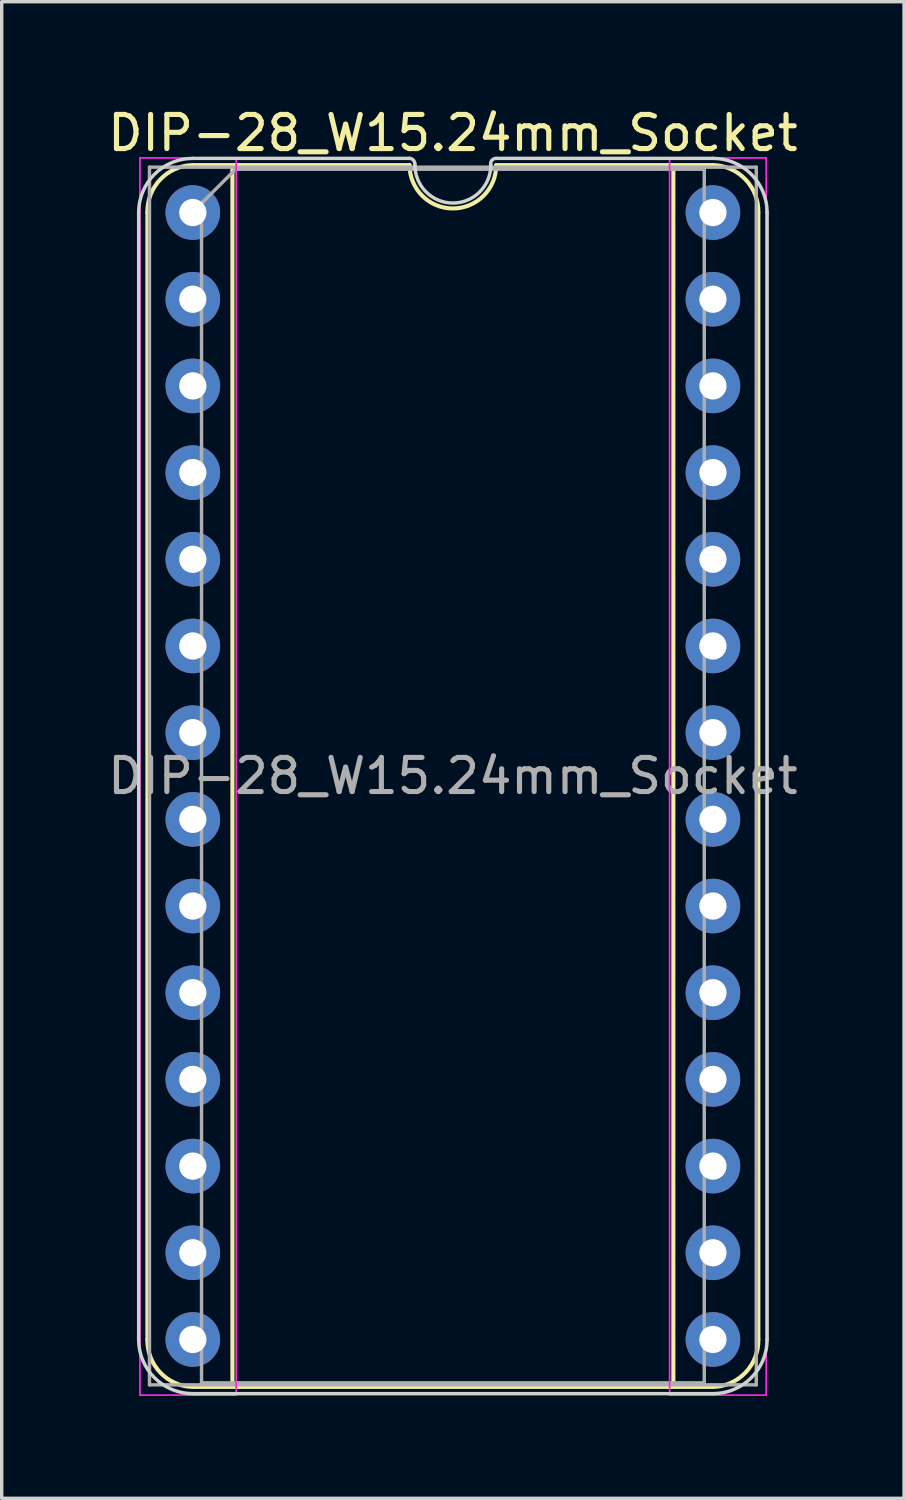
<source format=kicad_pcb>
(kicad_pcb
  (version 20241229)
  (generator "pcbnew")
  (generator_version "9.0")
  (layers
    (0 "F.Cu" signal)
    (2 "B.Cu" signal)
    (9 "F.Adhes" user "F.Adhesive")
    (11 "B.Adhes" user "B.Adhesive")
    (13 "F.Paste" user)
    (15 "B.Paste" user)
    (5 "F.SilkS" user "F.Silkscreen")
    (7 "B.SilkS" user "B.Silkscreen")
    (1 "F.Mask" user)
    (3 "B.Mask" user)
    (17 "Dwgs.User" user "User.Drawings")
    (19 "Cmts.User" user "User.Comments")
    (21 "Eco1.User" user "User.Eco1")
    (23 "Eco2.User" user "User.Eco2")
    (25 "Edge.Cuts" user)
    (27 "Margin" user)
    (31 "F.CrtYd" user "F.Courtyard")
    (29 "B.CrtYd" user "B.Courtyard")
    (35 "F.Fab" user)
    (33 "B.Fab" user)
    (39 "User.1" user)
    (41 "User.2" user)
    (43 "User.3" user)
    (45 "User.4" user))
  (footprint "DIP-28_W15.24mm_Socket"
    (layer "F.Cu")
    (at 2.6 3.178)
    (property "Reference" "DIP-28_W15.24mm_Socket" (at 7.62 -2.33 0) (layer "F.SilkS") (effects (font (size 1 1) (thickness 0.15))))
    (attr through_hole)
    (fp_line (start -1.33 0) (end -1.33 33.02) (stroke (width 0.12) (type solid)) (layer "F.SilkS"))
    (fp_line (start 0 34.41) (end 15.24 34.41) (stroke (width 0.12) (type solid)) (layer "F.SilkS"))
    (fp_line (start 1.16 -1.33) (end 1.16 34.35) (stroke (width 0.12) (type solid)) (layer "F.SilkS"))
    (fp_line (start 1.16 34.35) (end 14.08 34.35) (stroke (width 0.12) (type solid)) (layer "F.SilkS"))
    (fp_line (start 6.35 -1.39) (end 0 -1.39) (stroke (width 0.12) (type solid)) (layer "F.SilkS"))
    (fp_line (start 6.35 -1.33) (end 1.16 -1.33) (stroke (width 0.12) (type solid)) (layer "F.SilkS"))
    (fp_line (start 8.89 -1.39) (end 15.24 -1.39) (stroke (width 0.12) (type default)) (layer "F.SilkS"))
    (fp_line (start 14.08 -1.33) (end 8.89 -1.33) (stroke (width 0.12) (type solid)) (layer "F.SilkS"))
    (fp_line (start 14.08 34.35) (end 14.08 -1.33) (stroke (width 0.12) (type solid)) (layer "F.SilkS"))
    (fp_line (start 16.57 33.02) (end 16.57 0) (stroke (width 0.12) (type solid)) (layer "F.SilkS"))
    (fp_arc (start -1.33 0) (mid -0.952878 -0.970452) (end 0 -1.39) (stroke (width 0.12) (type default)) (layer "F.SilkS"))
    (fp_arc (start 0 34.41) (mid -0.952879 33.990452) (end -1.33 33.02) (stroke (width 0.12) (type default)) (layer "F.SilkS"))
    (fp_arc (start 8.89 -1.39) (mid 7.62 -0.12) (end 6.35 -1.39) (stroke (width 0.12) (type default)) (layer "F.SilkS"))
    (fp_arc (start 15.24 -1.39) (mid 16.192878 -0.970452) (end 16.57 0) (stroke (width 0.12) (type default)) (layer "F.SilkS"))
    (fp_arc (start 16.57 33.02) (mid 16.192878 33.990452) (end 15.24 34.41) (stroke (width 0.12) (type default)) (layer "F.SilkS"))
    (fp_line (start -1.587 33.02) (end -1.587 0) (stroke (width 0.1) (type default)) (layer "Edge.Cuts"))
    (fp_line (start 6.35 -1.587) (end 0 -1.587) (stroke (width 0.1) (type default)) (layer "Edge.Cuts"))
    (fp_line (start 6.504 -1.429) (end 6.504 -1.39) (stroke (width 0.1) (type default)) (layer "Edge.Cuts"))
    (fp_line (start 8.726 -1.39) (end 8.726 -1.429) (stroke (width 0.1) (type default)) (layer "Edge.Cuts"))
    (fp_line (start 8.89 -1.587) (end 15.24 -1.587) (stroke (width 0.1) (type default)) (layer "Edge.Cuts"))
    (fp_line (start 15.24 34.608) (end 0 34.608) (stroke (width 0.1) (type default)) (layer "Edge.Cuts"))
    (fp_line (start 16.828 0) (end 16.828 33.02) (stroke (width 0.1) (type default)) (layer "Edge.Cuts"))
    (fp_arc (start -1.5875 0) (mid -1.122532 -1.122532) (end 0 -1.5875) (stroke (width 0.1) (type default)) (layer "Edge.Cuts"))
    (fp_arc (start 0 34.6075) (mid -1.122532 34.142532) (end -1.5875 33.02) (stroke (width 0.1) (type default)) (layer "Edge.Cuts"))
    (fp_arc (start 6.345 -1.587551) (mid 6.457254 -1.541054) (end 6.50375 -1.428801) (stroke (width 0.1) (type default)) (layer "Edge.Cuts"))
    (fp_arc (start 8.72625 -1.428801) (mid 8.774177 -1.542465) (end 8.889018 -1.5875) (stroke (width 0.1) (type default)) (layer "Edge.Cuts"))
    (fp_arc (start 8.73125 -1.39) (mid 7.62 -0.27875) (end 6.50875 -1.39) (stroke (width 0.1) (type default)) (layer "Edge.Cuts"))
    (fp_arc (start 15.24 -1.5875) (mid 16.362532 -1.122532) (end 16.8275 0) (stroke (width 0.1) (type default)) (layer "Edge.Cuts"))
    (fp_arc (start 16.8275 33.02) (mid 16.362532 34.142532) (end 15.24 34.6075) (stroke (width 0.1) (type default)) (layer "Edge.Cuts"))
    (fp_line (start -1.55 -1.6) (end -1.55 34.65) (stroke (width 0.05) (type solid)) (layer "F.CrtYd"))
    (fp_line (start -1.55 34.65) (end 1.27 34.65) (stroke (width 0.05) (type default)) (layer "F.CrtYd"))
    (fp_line (start 1.27 -1.6) (end -1.55 -1.6) (stroke (width 0.05) (type default)) (layer "F.CrtYd"))
    (fp_line (start 1.27 34.65) (end 1.27 -1.6) (stroke (width 0.05) (type solid)) (layer "F.CrtYd"))
    (fp_line (start 13.97 -1.6) (end 16.8 -1.6) (stroke (width 0.05) (type default)) (layer "F.CrtYd"))
    (fp_line (start 13.97 34.65) (end 13.97 -1.6) (stroke (width 0.05) (type solid)) (layer "F.CrtYd"))
    (fp_line (start 13.97 34.65) (end 16.8 34.65) (stroke (width 0.05) (type default)) (layer "F.CrtYd"))
    (fp_line (start 16.8 34.65) (end 16.8 -1.6) (stroke (width 0.05) (type solid)) (layer "F.CrtYd"))
    (fp_line (start -1.27 -1.33) (end -1.27 34.35) (stroke (width 0.1) (type solid)) (layer "F.Fab"))
    (fp_line (start -1.27 34.35) (end 16.51 34.35) (stroke (width 0.1) (type solid)) (layer "F.Fab"))
    (fp_line (start 0.255 -0.27) (end 1.255 -1.27) (stroke (width 0.1) (type solid)) (layer "F.Fab"))
    (fp_line (start 0.255 34.29) (end 0.255 -0.27) (stroke (width 0.1) (type solid)) (layer "F.Fab"))
    (fp_line (start 1.255 -1.27) (end 14.985 -1.27) (stroke (width 0.1) (type solid)) (layer "F.Fab"))
    (fp_line (start 14.985 -1.27) (end 14.985 34.29) (stroke (width 0.1) (type solid)) (layer "F.Fab"))
    (fp_line (start 14.985 34.29) (end 0.255 34.29) (stroke (width 0.1) (type solid)) (layer "F.Fab"))
    (fp_line (start 16.51 -1.33) (end -1.27 -1.33) (stroke (width 0.1) (type solid)) (layer "F.Fab"))
    (fp_line (start 16.51 34.35) (end 16.51 -1.33) (stroke (width 0.1) (type solid)) (layer "F.Fab"))
    (fp_text user "${REFERENCE}" (at 7.62 16.51 0) (layer "F.Fab") (effects (font (size 1 1) (thickness 0.15))))
    (pad "1" thru_hole circle (at 0 0) (size 1.6 1.6) (drill 0.8) (layers "*.Cu" "*.Mask"))
    (pad "2" thru_hole oval (at 0 2.54) (size 1.6 1.6) (drill 0.8) (layers "*.Cu" "*.Mask"))
    (pad "3" thru_hole oval (at 0 5.08) (size 1.6 1.6) (drill 0.8) (layers "*.Cu" "*.Mask"))
    (pad "4" thru_hole oval (at 0 7.62) (size 1.6 1.6) (drill 0.8) (layers "*.Cu" "*.Mask"))
    (pad "5" thru_hole oval (at 0 10.16) (size 1.6 1.6) (drill 0.8) (layers "*.Cu" "*.Mask"))
    (pad "6" thru_hole oval (at 0 12.7) (size 1.6 1.6) (drill 0.8) (layers "*.Cu" "*.Mask"))
    (pad "7" thru_hole oval (at 0 15.24) (size 1.6 1.6) (drill 0.8) (layers "*.Cu" "*.Mask"))
    (pad "8" thru_hole oval (at 0 17.78) (size 1.6 1.6) (drill 0.8) (layers "*.Cu" "*.Mask"))
    (pad "9" thru_hole oval (at 0 20.32) (size 1.6 1.6) (drill 0.8) (layers "*.Cu" "*.Mask"))
    (pad "10" thru_hole oval (at 0 22.86) (size 1.6 1.6) (drill 0.8) (layers "*.Cu" "*.Mask"))
    (pad "11" thru_hole oval (at 0 25.4) (size 1.6 1.6) (drill 0.8) (layers "*.Cu" "*.Mask"))
    (pad "12" thru_hole oval (at 0 27.94) (size 1.6 1.6) (drill 0.8) (layers "*.Cu" "*.Mask"))
    (pad "13" thru_hole oval (at 0 30.48) (size 1.6 1.6) (drill 0.8) (layers "*.Cu" "*.Mask"))
    (pad "14" thru_hole oval (at 0 33.02) (size 1.6 1.6) (drill 0.8) (layers "*.Cu" "*.Mask"))
    (pad "15" thru_hole oval (at 15.24 33.02) (size 1.6 1.6) (drill 0.8) (layers "*.Cu" "*.Mask"))
    (pad "16" thru_hole oval (at 15.24 30.48) (size 1.6 1.6) (drill 0.8) (layers "*.Cu" "*.Mask"))
    (pad "17" thru_hole oval (at 15.24 27.94) (size 1.6 1.6) (drill 0.8) (layers "*.Cu" "*.Mask"))
    (pad "18" thru_hole oval (at 15.24 25.4) (size 1.6 1.6) (drill 0.8) (layers "*.Cu" "*.Mask"))
    (pad "19" thru_hole oval (at 15.24 22.86) (size 1.6 1.6) (drill 0.8) (layers "*.Cu" "*.Mask"))
    (pad "20" thru_hole oval (at 15.24 20.32) (size 1.6 1.6) (drill 0.8) (layers "*.Cu" "*.Mask"))
    (pad "21" thru_hole oval (at 15.24 17.78) (size 1.6 1.6) (drill 0.8) (layers "*.Cu" "*.Mask"))
    (pad "22" thru_hole oval (at 15.24 15.24) (size 1.6 1.6) (drill 0.8) (layers "*.Cu" "*.Mask"))
    (pad "23" thru_hole oval (at 15.24 12.7) (size 1.6 1.6) (drill 0.8) (layers "*.Cu" "*.Mask"))
    (pad "24" thru_hole oval (at 15.24 10.16) (size 1.6 1.6) (drill 0.8) (layers "*.Cu" "*.Mask"))
    (pad "25" thru_hole oval (at 15.24 7.62) (size 1.6 1.6) (drill 0.8) (layers "*.Cu" "*.Mask"))
    (pad "26" thru_hole oval (at 15.24 5.08) (size 1.6 1.6) (drill 0.8) (layers "*.Cu" "*.Mask"))
    (pad "27" thru_hole oval (at 15.24 2.54) (size 1.6 1.6) (drill 0.8) (layers "*.Cu" "*.Mask"))
    (pad "28" thru_hole oval (at 15.24 0) (size 1.6 1.6) (drill 0.8) (layers "*.Cu" "*.Mask")))
  (gr_rect
    (start -3 -3)
    (end 23.44 40.853)
    (stroke (width 0.1) (type default))
    (fill no)
    (layer "Edge.Cuts")))
</source>
